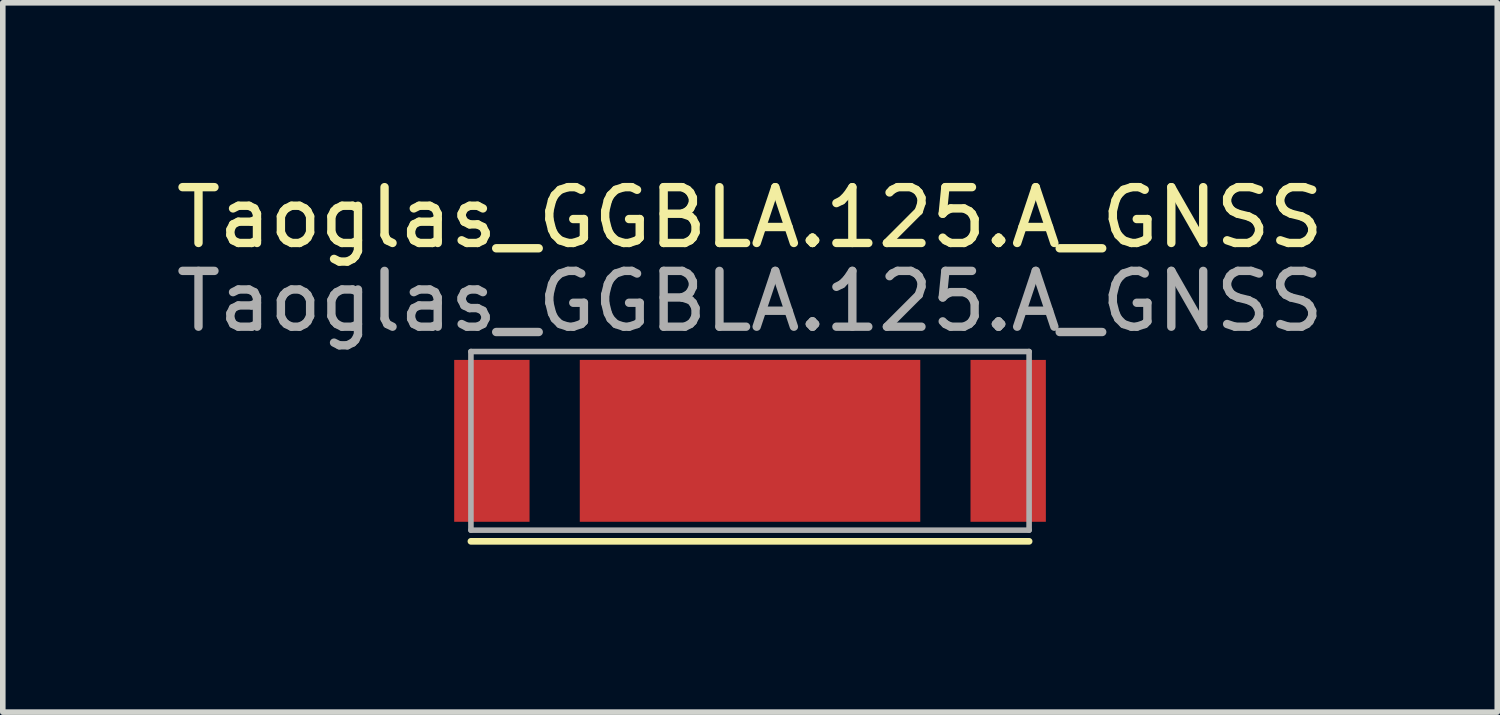
<source format=kicad_pcb>
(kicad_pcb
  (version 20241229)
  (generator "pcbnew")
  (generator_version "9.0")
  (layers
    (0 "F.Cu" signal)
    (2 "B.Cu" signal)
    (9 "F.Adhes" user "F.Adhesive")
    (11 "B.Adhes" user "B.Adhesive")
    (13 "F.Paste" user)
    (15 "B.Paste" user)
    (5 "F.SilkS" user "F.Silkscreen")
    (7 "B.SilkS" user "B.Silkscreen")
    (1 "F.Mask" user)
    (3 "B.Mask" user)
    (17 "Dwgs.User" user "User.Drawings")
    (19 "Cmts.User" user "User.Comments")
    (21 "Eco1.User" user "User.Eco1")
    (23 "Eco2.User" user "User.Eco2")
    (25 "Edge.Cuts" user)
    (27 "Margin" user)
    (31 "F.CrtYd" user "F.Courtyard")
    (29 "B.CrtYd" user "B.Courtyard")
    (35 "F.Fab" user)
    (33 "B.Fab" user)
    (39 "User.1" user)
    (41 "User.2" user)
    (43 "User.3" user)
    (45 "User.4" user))
  (footprint "Taoglas_GGBLA.125.A_GNSS"
    (layer "F.Cu")
    (at 10.387 4.848)
    (property "Reference" "Taoglas_GGBLA.125.A_GNSS" (at 0 -4 0) (layer "F.SilkS") (effects (font (size 1 1) (thickness 0.15))))
    (attr smd)
    (fp_line (start -5 1.8) (end 5 1.8) (stroke (width 0.12) (type solid)) (layer "F.SilkS"))
    (fp_line (start -5 -1.6) (end 5 -1.6) (stroke (width 0.1) (type solid)) (layer "F.Fab"))
    (fp_line (start -5 1.6) (end -5 -1.6) (stroke (width 0.1) (type solid)) (layer "F.Fab"))
    (fp_line (start 5 -1.6) (end 5 1.6) (stroke (width 0.1) (type solid)) (layer "F.Fab"))
    (fp_line (start 5 1.6) (end -5 1.6) (stroke (width 0.1) (type solid)) (layer "F.Fab"))
    (fp_text user "${REFERENCE}" (at 0 -2.5 0) (layer "F.Fab") (effects (font (size 1 1) (thickness 0.15))))
    (pad "1" smd rect (at 0 0 90) (size 2.9 6.1) (layers "F.Cu" "F.Mask" "F.Paste"))
    (pad "2" smd rect (at -4.625 0) (size 1.35 2.9) (layers "F.Cu" "F.Mask" "F.Paste"))
    (pad "3" smd rect (at 4.625 0) (size 1.35 2.9) (layers "F.Cu" "F.Mask" "F.Paste")))
  (gr_rect
    (start -3 -3)
    (end 23.774 9.708)
    (stroke (width 0.1) (type default))
    (fill no)
    (layer "Edge.Cuts")))
</source>
